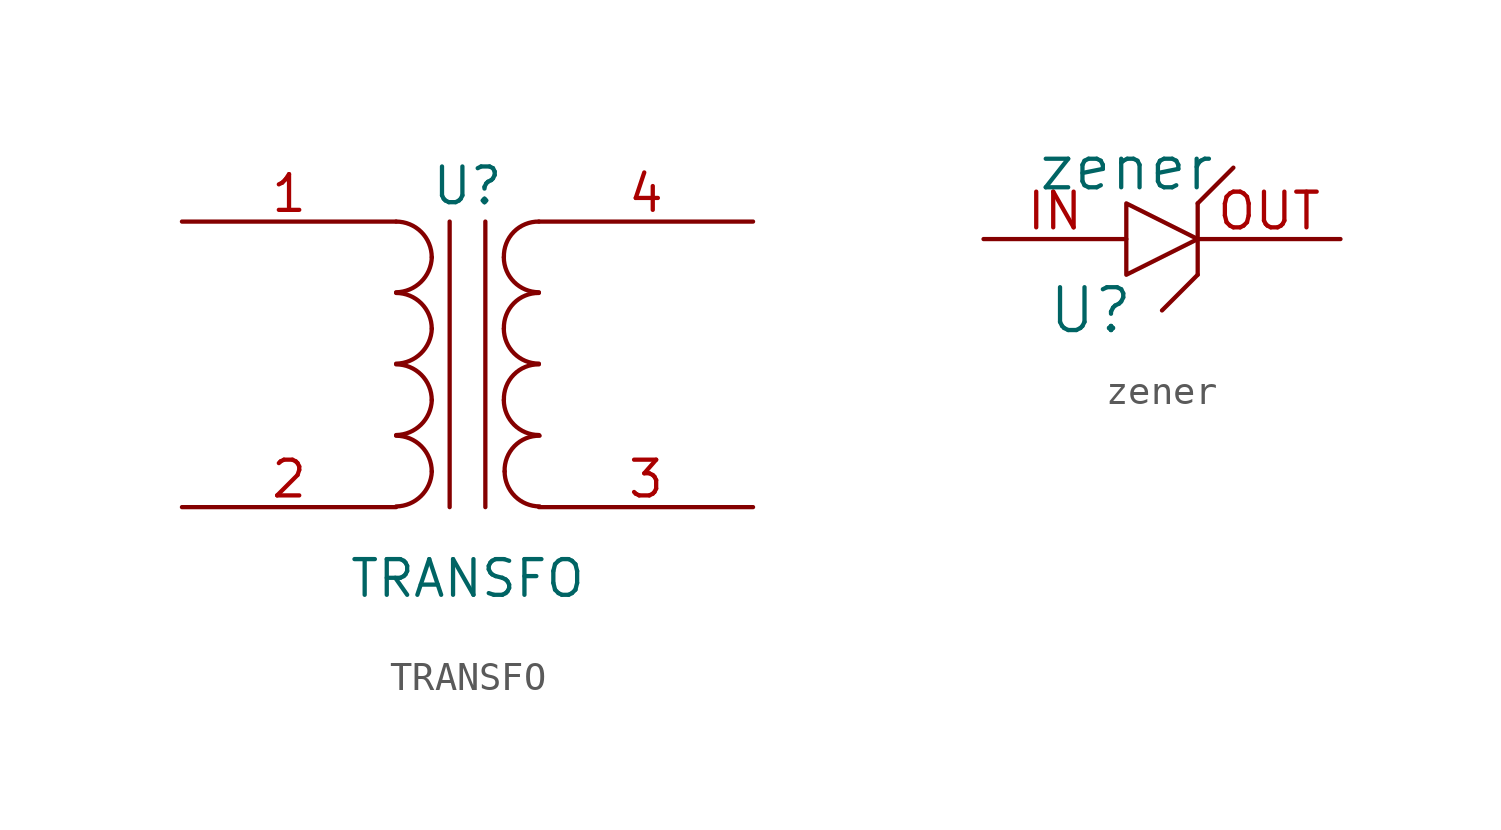
<source format=kicad_sym>
(kicad_symbol_lib
  (version 20211014)
  (generator kicad_symbol_editor)
  (symbol "TRANSFO"
    (pin_names
      (offset 1.016) hide)
    (property "Reference" "U"
      (at 0 6.35 0)
      (effects (font (size 1.27 1.27))))
    (property "Value" "TRANSFO"
      (at 0 -7.62 0)
      (effects (font (size 1.27 1.27))))
    (property "Footprint" ""
      (at 0 0 0)
      (effects (font (size 1.27 1.27))))
    (property "Datasheet" ""
      (at 0 0 0)
      (effects (font (size 1.27 1.27))))
    (symbol "TRANSFO_0_1"
      (arc (start -2.54 -5.0546) (mid -1.6599 -4.6901) (end -1.27 -3.81) (stroke (width 0) (type default) (color 0 0 0 0)) (fill (type none)))
      (arc (start -2.54 -2.5146) (mid -1.6599 -2.1501) (end -1.27 -1.27) (stroke (width 0) (type default) (color 0 0 0 0)) (fill (type none)))
      (arc (start -2.54 0.0254) (mid -1.6599 0.3899) (end -1.27 1.27) (stroke (width 0) (type default) (color 0 0 0 0)) (fill (type none)))
      (arc (start -2.54 2.5654) (mid -1.6599 2.9299) (end -1.27 3.81) (stroke (width 0) (type default) (color 0 0 0 0)) (fill (type none)))
      (arc (start -1.27 -3.81) (mid -1.642 -2.912) (end -2.54 -2.54) (stroke (width 0) (type default) (color 0 0 0 0)) (fill (type none)))
      (arc (start -1.27 -1.27) (mid -1.642 -0.372) (end -2.54 0) (stroke (width 0) (type default) (color 0 0 0 0)) (fill (type none)))
      (arc (start -1.27 1.27) (mid -1.642 2.168) (end -2.54 2.54) (stroke (width 0) (type default) (color 0 0 0 0)) (fill (type none)))
      (arc (start -1.27 3.81) (mid -1.642 4.708) (end -2.54 5.08) (stroke (width 0) (type default) (color 0 0 0 0)) (fill (type none)))
      (polyline (pts (xy -0.635 5.08) (xy -0.635 -5.08)) (stroke (width 0) (type default) (color 0 0 0 0)) (fill (type none)))
      (polyline (pts (xy 0.635 -5.08) (xy 0.635 5.08)) (stroke (width 0) (type default) (color 0 0 0 0)) (fill (type none)))
      (arc (start 1.2954 -1.27) (mid 1.6599 -2.1501) (end 2.54 -2.5146) (stroke (width 0) (type default) (color 0 0 0 0)) (fill (type none)))
      (arc (start 1.2954 1.27) (mid 1.6599 0.3899) (end 2.54 0.0254) (stroke (width 0) (type default) (color 0 0 0 0)) (fill (type none)))
      (arc (start 1.2954 3.81) (mid 1.6599 2.9299) (end 2.54 2.5654) (stroke (width 0) (type default) (color 0 0 0 0)) (fill (type none)))
      (arc (start 1.3208 -3.81) (mid 1.6853 -4.6901) (end 2.5654 -5.0546) (stroke (width 0) (type default) (color 0 0 0 0)) (fill (type none)))
      (arc (start 2.54 0) (mid 1.642 -0.372) (end 1.2954 -1.27) (stroke (width 0) (type default) (color 0 0 0 0)) (fill (type none)))
      (arc (start 2.54 2.54) (mid 1.642 2.168) (end 1.2954 1.27) (stroke (width 0) (type default) (color 0 0 0 0)) (fill (type none)))
      (arc (start 2.54 5.08) (mid 1.642 4.708) (end 1.2954 3.81) (stroke (width 0) (type default) (color 0 0 0 0)) (fill (type none)))
      (arc (start 2.5654 -2.54) (mid 1.6674 -2.912) (end 1.3208 -3.81) (stroke (width 0) (type default) (color 0 0 0 0)) (fill (type none))))
    (symbol "TRANSFO_1_1"
      (pin passive line (at -10.16 5.08 0) (length 7.62) (name "AA" (effects (font (size 1.27 1.27)))) (number "1" (effects (font (size 1.27 1.27)))))
      (pin passive line (at -10.16 -5.08 0) (length 7.62) (name "AB" (effects (font (size 1.27 1.27)))) (number "2" (effects (font (size 1.27 1.27)))))
      (pin passive line (at 10.16 -5.08 180) (length 7.62) (name "SA" (effects (font (size 1.27 1.27)))) (number "3" (effects (font (size 1.27 1.27)))))
      (pin passive line (at 10.16 5.08 180) (length 7.62) (name "SB" (effects (font (size 1.27 1.27)))) (number "4" (effects (font (size 1.27 1.27)))))))
  (symbol "zener"
    (pin_names
      (offset 1.016))
    (property "Reference" "U"
      (at -1.27 -2.54 0)
      (effects (font (size 1.524 1.524))))
    (property "Value" "zener"
      (at 0 2.54 0)
      (effects (font (size 1.524 1.524))))
    (property "Footprint" ""
      (at 1.27 0 0)
      (effects (font (size 1.524 1.524))))
    (property "Datasheet" ""
      (at 1.27 0 0)
      (effects (font (size 1.524 1.524))))
    (symbol "zener_0_1"
      (polyline (pts (xy 2.54 -1.27) (xy 1.27 -2.54)) (stroke (width 0) (type default) (color 0 0 0 0)) (fill (type none)))
      (polyline (pts (xy 2.54 1.27) (xy 2.54 -1.27)) (stroke (width 0) (type default) (color 0 0 0 0)) (fill (type none)))
      (polyline (pts (xy 2.54 1.27) (xy 3.81 2.54)) (stroke (width 0) (type default) (color 0 0 0 0)) (fill (type none)))
      (polyline (pts (xy 0 1.27) (xy 0 -1.27) (xy 2.54 0) (xy 0 1.27)) (stroke (width 0) (type default) (color 0 0 0 0)) (fill (type none))))
    (symbol "zener_1_1"
      (pin input line (at -5.08 0 0) (length 5.08) (name "~" (effects (font (size 1.092 1.092)))) (number "IN" (effects (font (size 1.27 1.27)))))
      (pin output line (at 7.62 0 180) (length 5.08) (name "~" (effects (font (size 1.092 1.092)))) (number "OUT" (effects (font (size 1.27 1.27))))))))
</source>
